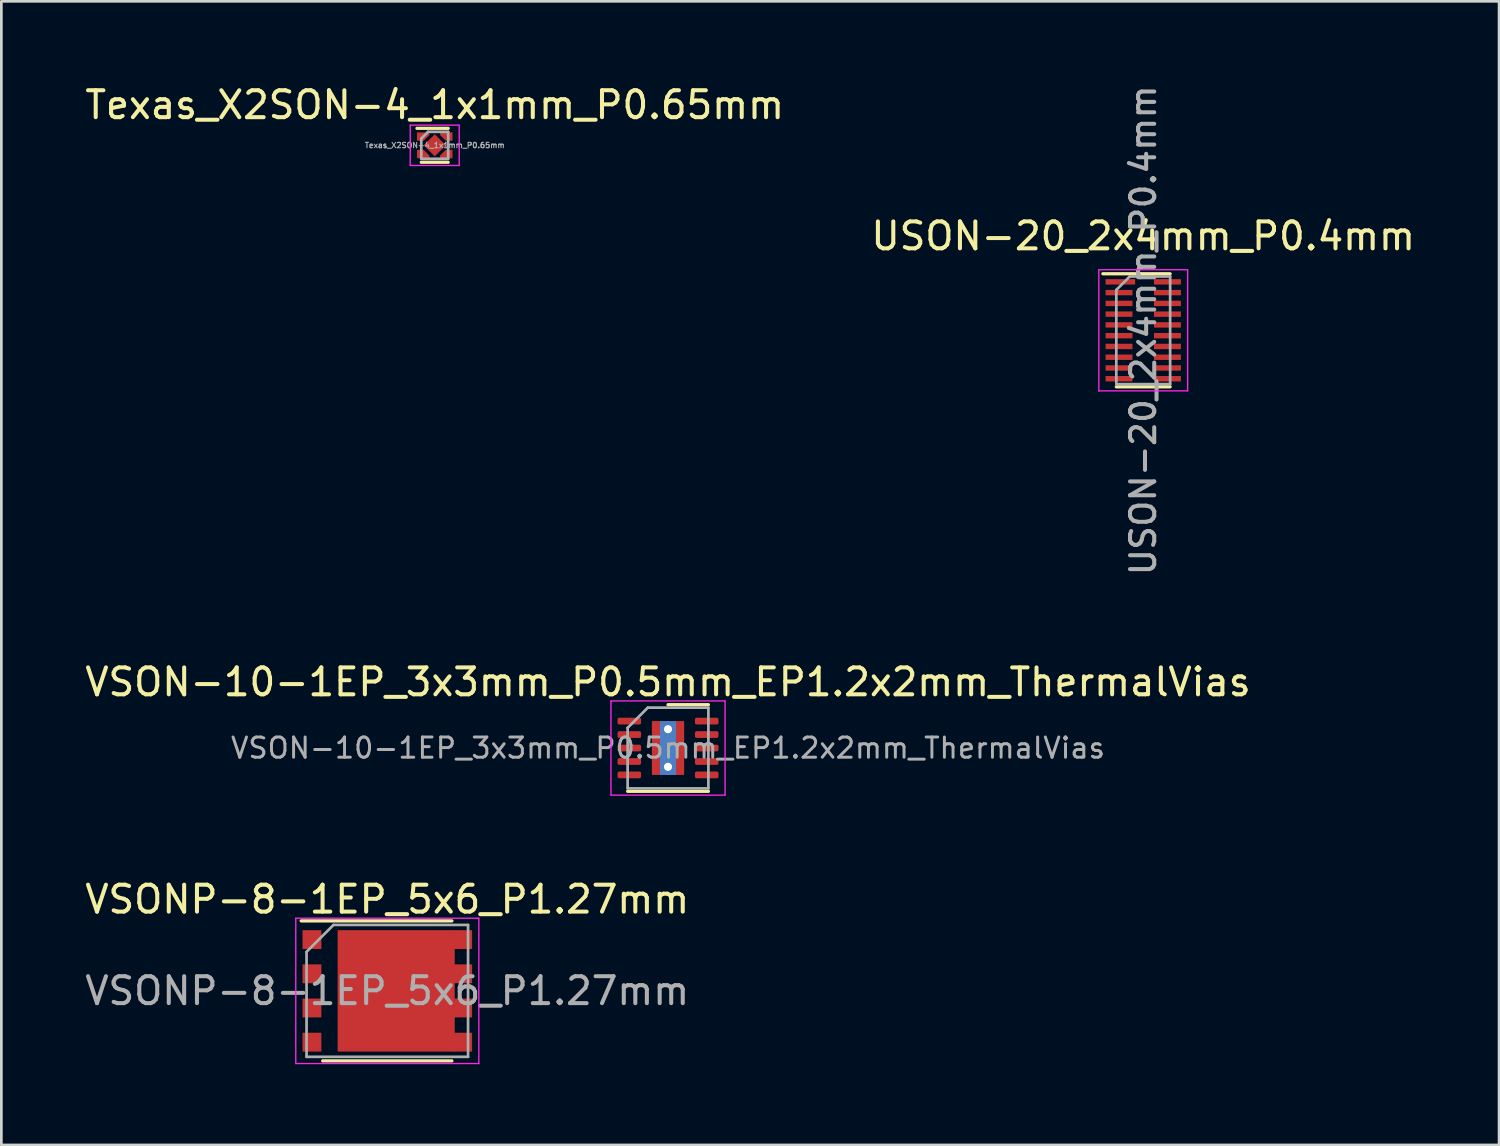
<source format=kicad_pcb>
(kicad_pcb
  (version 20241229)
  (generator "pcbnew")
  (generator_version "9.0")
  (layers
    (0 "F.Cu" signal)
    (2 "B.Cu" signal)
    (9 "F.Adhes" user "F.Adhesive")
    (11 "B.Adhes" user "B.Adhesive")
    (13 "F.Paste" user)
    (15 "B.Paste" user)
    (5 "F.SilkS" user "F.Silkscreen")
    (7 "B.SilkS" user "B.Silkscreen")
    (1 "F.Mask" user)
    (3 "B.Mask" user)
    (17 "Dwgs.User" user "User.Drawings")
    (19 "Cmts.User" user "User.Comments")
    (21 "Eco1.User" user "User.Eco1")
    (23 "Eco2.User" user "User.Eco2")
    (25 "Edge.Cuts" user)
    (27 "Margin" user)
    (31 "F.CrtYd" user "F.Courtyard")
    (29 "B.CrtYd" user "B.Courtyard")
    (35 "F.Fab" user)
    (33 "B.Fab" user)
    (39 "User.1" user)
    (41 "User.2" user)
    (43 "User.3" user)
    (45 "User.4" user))
  (footprint "Texas_X2SON-4_1x1mm_P0.65mm"
    (layer "F.Cu")
    (at 13.101 2.348)
    (property "Reference" "Texas_X2SON-4_1x1mm_P0.65mm" (at 0 -1.5 0) (layer "F.SilkS") (effects (font (size 1 1) (thickness 0.15))))
    (attr smd)
    (fp_line (start -0.66 -0.63) (end 0.5 -0.63) (stroke (width 0.12) (type solid)) (layer "F.SilkS"))
    (fp_line (start -0.5 0.63) (end 0.5 0.63) (stroke (width 0.12) (type solid)) (layer "F.SilkS"))
    (fp_line (start -0.91 -0.75) (end 0.91 -0.75) (stroke (width 0.05) (type solid)) (layer "F.CrtYd"))
    (fp_line (start -0.91 0.75) (end -0.91 -0.75) (stroke (width 0.05) (type solid)) (layer "F.CrtYd"))
    (fp_line (start 0.91 -0.75) (end 0.91 0.75) (stroke (width 0.05) (type solid)) (layer "F.CrtYd"))
    (fp_line (start 0.91 0.75) (end -0.91 0.75) (stroke (width 0.05) (type solid)) (layer "F.CrtYd"))
    (fp_line (start -0.5 -0.25) (end -0.25 -0.5) (stroke (width 0.1) (type solid)) (layer "F.Fab"))
    (fp_line (start -0.5 0.5) (end -0.5 -0.25) (stroke (width 0.1) (type solid)) (layer "F.Fab"))
    (fp_line (start -0.25 -0.5) (end 0.5 -0.5) (stroke (width 0.1) (type solid)) (layer "F.Fab"))
    (fp_line (start 0.5 -0.5) (end 0.5 0.5) (stroke (width 0.1) (type solid)) (layer "F.Fab"))
    (fp_line (start 0.5 0.5) (end -0.5 0.5) (stroke (width 0.1) (type solid)) (layer "F.Fab"))
    (fp_text user "${REFERENCE}" (at 0 0 0) (layer "F.Fab") (effects (font (size 0.2 0.2) (thickness 0.04))))
    (pad "" smd custom (at -0.43 -0.325) (size 0.148 0.148) (layers "F.Mask") (options (anchor circle)) (primitives (gr_poly (pts (xy 0.18 -0.075) (xy 0 0.105) (xy -0.18 0.105) (xy -0.18 -0.105) (xy 0.18 -0.105)) (width 0) (fill yes))))
    (pad "" smd custom (at -0.43 -0.325) (size 0.148 0.148) (layers "F.Paste") (options (anchor circle)) (primitives (gr_poly (pts (xy 0.18 -0.075) (xy 0 0.105) (xy -0.22 0.105) (xy -0.22 -0.105) (xy 0.18 -0.105)) (width 0) (fill yes))))
    (pad "" smd custom (at -0.43 0.325) (size 0.148 0.148) (layers "F.Mask") (options (anchor circle)) (primitives (gr_poly (pts (xy 0.18 0.075) (xy 0.18 0.105) (xy -0.18 0.105) (xy -0.18 -0.105) (xy 0 -0.105)) (width 0) (fill yes))))
    (pad "" smd custom (at -0.43 0.325) (size 0.148 0.148) (layers "F.Paste") (options (anchor circle)) (primitives (gr_poly (pts (xy 0.18 0.075) (xy 0.18 0.105) (xy -0.22 0.105) (xy -0.22 -0.105) (xy 0 -0.105)) (width 0) (fill yes))))
    (pad "" smd custom (at 0.43 -0.325) (size 0.148 0.148) (layers "F.Mask") (options (anchor circle)) (primitives (gr_poly (pts (xy 0.18 0.105) (xy 0 0.105) (xy -0.18 -0.075) (xy -0.18 -0.105) (xy 0.18 -0.105)) (width 0) (fill yes))))
    (pad "" smd custom (at 0.43 -0.325) (size 0.148 0.148) (layers "F.Paste") (options (anchor circle)) (primitives (gr_poly (pts (xy 0.22 0.105) (xy 0 0.105) (xy -0.18 -0.075) (xy -0.18 -0.105) (xy 0.22 -0.105)) (width 0) (fill yes))))
    (pad "" smd custom (at 0.43 0.325) (size 0.148 0.148) (layers "F.Mask") (options (anchor circle)) (primitives (gr_poly (pts (xy 0.18 0.105) (xy -0.18 0.105) (xy -0.18 0.075) (xy 0 -0.105) (xy 0.18 -0.105)) (width 0) (fill yes))))
    (pad "" smd custom (at 0.43 0.325) (size 0.148 0.148) (layers "F.Paste") (options (anchor circle)) (primitives (gr_poly (pts (xy 0.22 0.105) (xy -0.18 0.105) (xy -0.18 0.075) (xy 0 -0.105) (xy 0.22 -0.105)) (width 0) (fill yes))))
    (pad "1" smd custom (at -0.43 -0.325) (size 0.148 0.148) (layers "F.Cu") (options (anchor circle)) (primitives (gr_poly (pts (xy 0.23 -0.054) (xy 0.021 0.155) (xy -0.23 0.155) (xy -0.23 -0.155) (xy 0.23 -0.155)) (width 0) (fill yes))))
    (pad "2" smd custom (at -0.43 0.325) (size 0.148 0.148) (layers "F.Cu") (options (anchor circle)) (primitives (gr_poly (pts (xy 0.23 0.054) (xy 0.23 0.155) (xy -0.23 0.155) (xy -0.23 -0.155) (xy 0.021 -0.155)) (width 0) (fill yes))))
    (pad "3" smd custom (at 0.43 0.325) (size 0.148 0.148) (layers "F.Cu") (options (anchor circle)) (primitives (gr_poly (pts (xy 0.23 0.155) (xy -0.23 0.155) (xy -0.23 0.054) (xy -0.021 -0.155) (xy 0.23 -0.155)) (width 0) (fill yes))))
    (pad "4" smd custom (at 0.43 -0.325) (size 0.148 0.148) (layers "F.Cu") (options (anchor circle)) (primitives (gr_poly (pts (xy 0.23 0.155) (xy -0.021 0.155) (xy -0.23 -0.054) (xy -0.23 -0.155) (xy 0.23 -0.155)) (width 0) (fill yes))))
    (pad "5" smd rect (at 0 0 45) (size 0.58 0.58) (layers "F.Cu" "F.Mask" "F.Paste")))
  (footprint "VSON-10-1EP_3x3mm_P0.5mm_EP1.2x2mm_ThermalVias"
    (layer "F.Cu")
    (at 21.768 24.74)
    (property "Reference" "VSON-10-1EP_3x3mm_P0.5mm_EP1.2x2mm_ThermalVias" (at 0 -2.45 0) (layer "F.SilkS") (effects (font (size 1 1) (thickness 0.15))))
    (attr smd)
    (fp_line (start -1.5 1.61) (end 1.5 1.61) (stroke (width 0.12) (type solid)) (layer "F.SilkS"))
    (fp_line (start 0 -1.61) (end 1.5 -1.61) (stroke (width 0.12) (type solid)) (layer "F.SilkS"))
    (fp_line (start -2.12 -1.75) (end -2.12 1.75) (stroke (width 0.05) (type solid)) (layer "F.CrtYd"))
    (fp_line (start -2.12 1.75) (end 2.12 1.75) (stroke (width 0.05) (type solid)) (layer "F.CrtYd"))
    (fp_line (start 2.12 -1.75) (end -2.12 -1.75) (stroke (width 0.05) (type solid)) (layer "F.CrtYd"))
    (fp_line (start 2.12 1.75) (end 2.12 -1.75) (stroke (width 0.05) (type solid)) (layer "F.CrtYd"))
    (fp_line (start -1.5 -0.75) (end -0.75 -1.5) (stroke (width 0.1) (type solid)) (layer "F.Fab"))
    (fp_line (start -1.5 1.5) (end -1.5 -0.75) (stroke (width 0.1) (type solid)) (layer "F.Fab"))
    (fp_line (start -0.75 -1.5) (end 1.5 -1.5) (stroke (width 0.1) (type solid)) (layer "F.Fab"))
    (fp_line (start 1.5 -1.5) (end 1.5 1.5) (stroke (width 0.1) (type solid)) (layer "F.Fab"))
    (fp_line (start 1.5 1.5) (end -1.5 1.5) (stroke (width 0.1) (type solid)) (layer "F.Fab"))
    (fp_text user "${REFERENCE}" (at 0 0 0) (layer "F.Fab") (effects (font (size 0.75 0.75) (thickness 0.11))))
    (pad "" smd roundrect (at -0.3 -0.5) (size 0.52 0.87) (layers "F.Paste") (roundrect_rratio 0.25))
    (pad "" smd roundrect (at -0.3 0.5) (size 0.52 0.87) (layers "F.Paste") (roundrect_rratio 0.25))
    (pad "" smd roundrect (at 0.3 -0.5) (size 0.52 0.87) (layers "F.Paste") (roundrect_rratio 0.25))
    (pad "" smd roundrect (at 0.3 0.5) (size 0.52 0.87) (layers "F.Paste") (roundrect_rratio 0.25))
    (pad "1" smd roundrect (at -1.438 -1) (size 0.875 0.25) (layers "F.Cu" "F.Mask" "F.Paste") (roundrect_rratio 0.25))
    (pad "2" smd roundrect (at -1.438 -0.5) (size 0.875 0.25) (layers "F.Cu" "F.Mask" "F.Paste") (roundrect_rratio 0.25))
    (pad "3" smd roundrect (at -1.438 0) (size 0.875 0.25) (layers "F.Cu" "F.Mask" "F.Paste") (roundrect_rratio 0.25))
    (pad "4" smd roundrect (at -1.438 0.5) (size 0.875 0.25) (layers "F.Cu" "F.Mask" "F.Paste") (roundrect_rratio 0.25))
    (pad "5" smd roundrect (at -1.438 1) (size 0.875 0.25) (layers "F.Cu" "F.Mask" "F.Paste") (roundrect_rratio 0.25))
    (pad "6" smd roundrect (at 1.438 1) (size 0.875 0.25) (layers "F.Cu" "F.Mask" "F.Paste") (roundrect_rratio 0.25))
    (pad "7" smd roundrect (at 1.438 0.5) (size 0.875 0.25) (layers "F.Cu" "F.Mask" "F.Paste") (roundrect_rratio 0.25))
    (pad "8" smd roundrect (at 1.438 0) (size 0.875 0.25) (layers "F.Cu" "F.Mask" "F.Paste") (roundrect_rratio 0.25))
    (pad "9" smd roundrect (at 1.438 -0.5) (size 0.875 0.25) (layers "F.Cu" "F.Mask" "F.Paste") (roundrect_rratio 0.25))
    (pad "10" smd roundrect (at 1.438 -1) (size 0.875 0.25) (layers "F.Cu" "F.Mask" "F.Paste") (roundrect_rratio 0.25))
    (pad "11" thru_hole circle (at 0 -0.7) (size 0.6 0.6) (drill 0.3) (layers "*.Cu"))
    (pad "11" smd rect (at 0 0) (size 0.6 2) (layers "B.Cu"))
    (pad "11" smd rect (at 0 0) (size 1.2 2) (layers "F.Cu" "F.Mask"))
    (pad "11" thru_hole circle (at 0 0.7) (size 0.6 0.6) (drill 0.3) (layers "*.Cu")))
  (footprint "USON-20_2x4mm_P0.4mm"
    (layer "F.Cu")
    (at 39.423 9.221)
    (property "Reference" "USON-20_2x4mm_P0.4mm" (at 0 -3.5 0) (layer "F.SilkS") (effects (font (size 1 1) (thickness 0.15))))
    (attr smd)
    (fp_line (start 1 -2.1) (end -1.5 -2.1) (stroke (width 0.12) (type solid)) (layer "F.SilkS"))
    (fp_line (start 1 2.1) (end -1 2.1) (stroke (width 0.12) (type solid)) (layer "F.SilkS"))
    (fp_line (start -1.65 -2.25) (end 1.65 -2.25) (stroke (width 0.05) (type solid)) (layer "F.CrtYd"))
    (fp_line (start -1.65 2.25) (end -1.65 -2.25) (stroke (width 0.05) (type solid)) (layer "F.CrtYd"))
    (fp_line (start 1.65 -2.25) (end 1.65 2.25) (stroke (width 0.05) (type solid)) (layer "F.CrtYd"))
    (fp_line (start 1.65 2.25) (end -1.65 2.25) (stroke (width 0.05) (type solid)) (layer "F.CrtYd"))
    (fp_line (start -1 2) (end -1 -1.5) (stroke (width 0.1) (type solid)) (layer "F.Fab"))
    (fp_line (start -0.5 -2) (end -1 -1.5) (stroke (width 0.1) (type solid)) (layer "F.Fab"))
    (fp_line (start -0.5 -2) (end 1 -2) (stroke (width 0.1) (type solid)) (layer "F.Fab"))
    (fp_line (start 1 -2) (end 1 2) (stroke (width 0.1) (type solid)) (layer "F.Fab"))
    (fp_line (start 1 2) (end -1 2) (stroke (width 0.1) (type solid)) (layer "F.Fab"))
    (fp_text user "${REFERENCE}" (at 0 0 90) (layer "F.Fab") (effects (font (size 0.9 0.9) (thickness 0.15))))
    (pad "1" smd rect (at -0.85 -1.8 270) (size 0.2 1.1) (layers "F.Cu" "F.Mask" "F.Paste"))
    (pad "2" smd rect (at -0.9 -1.4 270) (size 0.2 1) (layers "F.Cu" "F.Mask" "F.Paste"))
    (pad "3" smd rect (at -0.9 -1 270) (size 0.2 1) (layers "F.Cu" "F.Mask" "F.Paste"))
    (pad "4" smd rect (at -0.9 -0.6 270) (size 0.2 1) (layers "F.Cu" "F.Mask" "F.Paste"))
    (pad "5" smd rect (at -0.9 -0.2 270) (size 0.2 1) (layers "F.Cu" "F.Mask" "F.Paste"))
    (pad "6" smd rect (at -0.9 0.2 270) (size 0.2 1) (layers "F.Cu" "F.Mask" "F.Paste"))
    (pad "7" smd rect (at -0.9 0.6 270) (size 0.2 1) (layers "F.Cu" "F.Mask" "F.Paste"))
    (pad "8" smd rect (at -0.9 1 270) (size 0.2 1) (layers "F.Cu" "F.Mask" "F.Paste"))
    (pad "9" smd rect (at -0.9 1.4 270) (size 0.2 1) (layers "F.Cu" "F.Mask" "F.Paste"))
    (pad "10" smd rect (at -0.9 1.8 270) (size 0.2 1) (layers "F.Cu" "F.Mask" "F.Paste"))
    (pad "11" smd rect (at 0.9 1.8 270) (size 0.2 1) (layers "F.Cu" "F.Mask" "F.Paste"))
    (pad "12" smd rect (at 0.9 1.4 270) (size 0.2 1) (layers "F.Cu" "F.Mask" "F.Paste"))
    (pad "13" smd rect (at 0.9 1 270) (size 0.2 1) (layers "F.Cu" "F.Mask" "F.Paste"))
    (pad "14" smd rect (at 0.9 0.6 270) (size 0.2 1) (layers "F.Cu" "F.Mask" "F.Paste"))
    (pad "15" smd rect (at 0.9 0.2 270) (size 0.2 1) (layers "F.Cu" "F.Mask" "F.Paste"))
    (pad "16" smd rect (at 0.9 -0.2 270) (size 0.2 1) (layers "F.Cu" "F.Mask" "F.Paste"))
    (pad "17" smd rect (at 0.9 -0.6 270) (size 0.2 1) (layers "F.Cu" "F.Mask" "F.Paste"))
    (pad "18" smd rect (at 0.9 -1 270) (size 0.2 1) (layers "F.Cu" "F.Mask" "F.Paste"))
    (pad "19" smd rect (at 0.9 -1.4 270) (size 0.2 1) (layers "F.Cu" "F.Mask" "F.Paste"))
    (pad "20" smd rect (at 0.9 -1.8 270) (size 0.2 1) (layers "F.Cu" "F.Mask" "F.Paste")))
  (footprint "VSONP-8-1EP_5x6_P1.27mm"
    (layer "F.Cu")
    (at 11.339 33.763)
    (property "Reference" "VSONP-8-1EP_5x6_P1.27mm" (at 0 -3.4 0) (layer "F.SilkS") (effects (font (size 1 1) (thickness 0.15))))
    (attr smd)
    (fp_line (start 2.4 -2.6) (end -3.2 -2.6) (stroke (width 0.12) (type solid)) (layer "F.SilkS"))
    (fp_line (start 2.4 2.6) (end -2.4 2.6) (stroke (width 0.12) (type solid)) (layer "F.SilkS"))
    (fp_line (start -3.4 -2.7) (end 3.4 -2.7) (stroke (width 0.05) (type solid)) (layer "F.CrtYd"))
    (fp_line (start -3.4 2.7) (end -3.4 -2.7) (stroke (width 0.05) (type solid)) (layer "F.CrtYd"))
    (fp_line (start 3.4 -2.7) (end 3.4 2.7) (stroke (width 0.05) (type solid)) (layer "F.CrtYd"))
    (fp_line (start 3.4 2.7) (end -3.4 2.7) (stroke (width 0.05) (type solid)) (layer "F.CrtYd"))
    (fp_line (start -3 -1.45) (end -3 2.45) (stroke (width 0.1) (type solid)) (layer "F.Fab"))
    (fp_line (start -2 -2.45) (end -3 -1.45) (stroke (width 0.1) (type solid)) (layer "F.Fab"))
    (fp_line (start -2 -2.45) (end 3 -2.45) (stroke (width 0.1) (type solid)) (layer "F.Fab"))
    (fp_line (start 3 -2.45) (end 3 2.45) (stroke (width 0.1) (type solid)) (layer "F.Fab"))
    (fp_line (start 3 2.45) (end -3 2.45) (stroke (width 0.1) (type solid)) (layer "F.Fab"))
    (fp_text user "${REFERENCE}" (at 0 0 0) (layer "F.Fab") (effects (font (size 1 1) (thickness 0.15))))
    (pad "" smd rect (at -0.797 -1.095) (size 1.235 1.57) (layers "F.Paste"))
    (pad "" smd rect (at -0.797 1.095) (size 1.235 1.57) (layers "F.Paste"))
    (pad "" smd rect (at 1.113 -1.095) (size 1.585 1.57) (layers "F.Paste"))
    (pad "" smd rect (at 1.113 1.095) (size 1.585 1.57) (layers "F.Paste"))
    (pad "1" smd rect (at -2.8 -1.905) (size 0.7 0.7) (layers "F.Cu" "F.Mask" "F.Paste"))
    (pad "1" smd rect (at -2.8 -0.635) (size 0.7 0.7) (layers "F.Cu" "F.Mask" "F.Paste"))
    (pad "1" smd rect (at -2.8 0.635) (size 0.7 0.7) (layers "F.Cu" "F.Mask" "F.Paste"))
    (pad "2" smd rect (at -2.8 1.905) (size 0.7 0.7) (layers "F.Cu" "F.Mask" "F.Paste"))
    (pad "3" smd rect (at 0.33 0) (size 4.35 4.51) (layers "F.Cu" "F.Mask"))
    (pad "3" smd rect (at 2.8 -1.905) (size 0.7 0.7) (layers "F.Cu" "F.Mask" "F.Paste"))
    (pad "3" smd rect (at 2.8 -0.635) (size 0.7 0.7) (layers "F.Cu" "F.Mask" "F.Paste"))
    (pad "3" smd rect (at 2.8 0.635) (size 0.7 0.7) (layers "F.Cu" "F.Mask" "F.Paste"))
    (pad "3" smd rect (at 2.8 1.905) (size 0.7 0.7) (layers "F.Cu" "F.Mask" "F.Paste")))
  (gr_rect
    (start -3 -3)
    (end 52.643 39.488)
    (stroke (width 0.1) (type default))
    (fill no)
    (layer "Edge.Cuts")))
</source>
